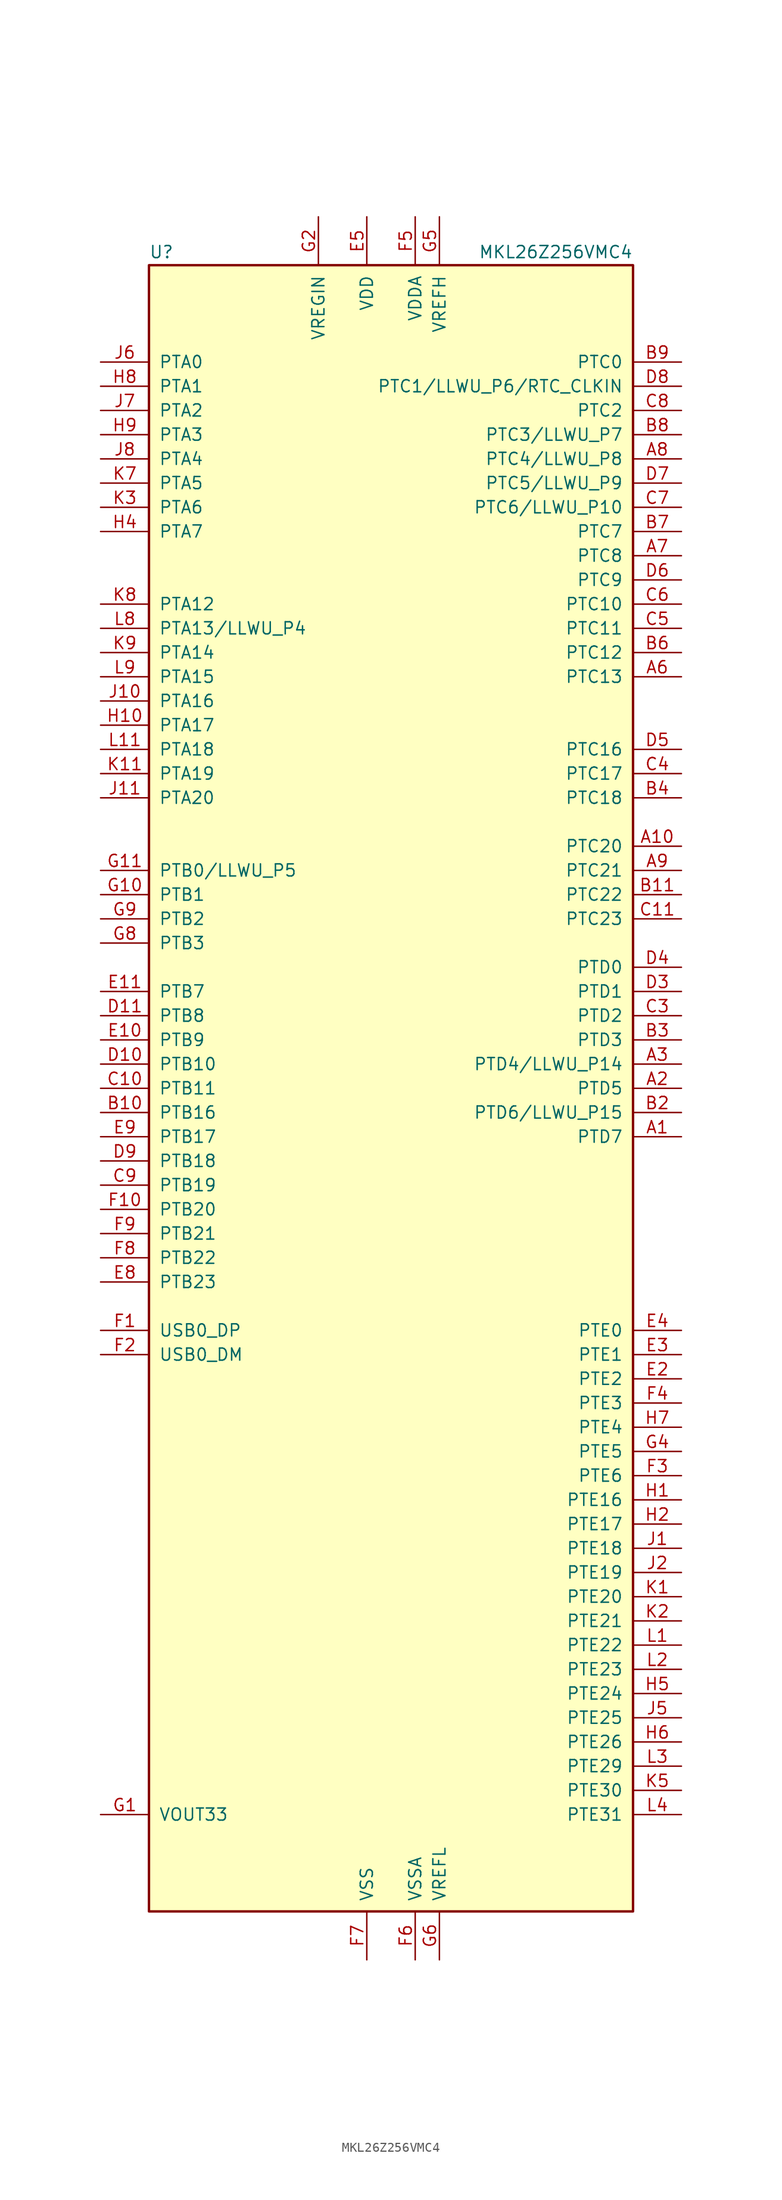
<source format=kicad_sym>
(kicad_symbol_lib
  (version 20200908)
  (generator kicad_symbol_editor)
  (symbol "MCU_NXP_Kinetis:MKL26Z256VMC4"
    (pin_names
      (offset 1.016))
    (property "Reference" "U"
      (at -25.4 86.995 0)
      (effects (font (size 1.27 1.27)) (justify left bottom)))
    (property "Value" "MKL26Z256VMC4"
      (at 25.4 86.995 0)
      (effects (font (size 1.27 1.27)) (justify right bottom)))
    (symbol "MKL26Z256VMC4_0_1"
      (rectangle (start -25.4 86.36) (end 25.4 -86.36) (stroke (width 0.254)) (fill (type background))))
    (symbol "MKL26Z256VMC4_1_1"
      (pin bidirectional line (at 30.48 -5.08 180) (length 5.08) (name "PTD7" (effects (font (size 1.27 1.27)))) (number "A1" (effects (font (size 1.27 1.27)))))
      (pin bidirectional line (at 30.48 25.4 180) (length 5.08) (name "PTC20" (effects (font (size 1.27 1.27)))) (number "A10" (effects (font (size 1.27 1.27)))))
      (pin unconnected line (at -15.24 -86.36 90) (length 5.08) hide (name "NC" (effects (font (size 1.27 1.27)))) (number "A11" (effects (font (size 1.27 1.27)))))
      (pin bidirectional line (at 30.48 0 180) (length 5.08) (name "PTD5" (effects (font (size 1.27 1.27)))) (number "A2" (effects (font (size 1.27 1.27)))))
      (pin bidirectional line (at 30.48 2.54 180) (length 5.08) (name "PTD4/LLWU_P14" (effects (font (size 1.27 1.27)))) (number "A3" (effects (font (size 1.27 1.27)))))
      (pin unconnected line (at 25.4 27.94 180) (length 5.08) hide (name "NC" (effects (font (size 1.27 1.27)))) (number "A4" (effects (font (size 1.27 1.27)))))
      (pin unconnected line (at 25.4 40.64 180) (length 5.08) hide (name "NC" (effects (font (size 1.27 1.27)))) (number "A5" (effects (font (size 1.27 1.27)))))
      (pin bidirectional line (at 30.48 43.18 180) (length 5.08) (name "PTC13" (effects (font (size 1.27 1.27)))) (number "A6" (effects (font (size 1.27 1.27)))))
      (pin bidirectional line (at 30.48 55.88 180) (length 5.08) (name "PTC8" (effects (font (size 1.27 1.27)))) (number "A7" (effects (font (size 1.27 1.27)))))
      (pin bidirectional line (at 30.48 66.04 180) (length 5.08) (name "PTC4/LLWU_P8" (effects (font (size 1.27 1.27)))) (number "A8" (effects (font (size 1.27 1.27)))))
      (pin bidirectional line (at 30.48 22.86 180) (length 5.08) (name "PTC21" (effects (font (size 1.27 1.27)))) (number "A9" (effects (font (size 1.27 1.27)))))
      (pin unconnected line (at 25.4 -7.62 180) (length 5.08) hide (name "NC" (effects (font (size 1.27 1.27)))) (number "B1" (effects (font (size 1.27 1.27)))))
      (pin bidirectional line (at -30.48 -2.54 0) (length 5.08) (name "PTB16" (effects (font (size 1.27 1.27)))) (number "B10" (effects (font (size 1.27 1.27)))))
      (pin bidirectional line (at 30.48 20.32 180) (length 5.08) (name "PTC22" (effects (font (size 1.27 1.27)))) (number "B11" (effects (font (size 1.27 1.27)))))
      (pin bidirectional line (at 30.48 -2.54 180) (length 5.08) (name "PTD6/LLWU_P15" (effects (font (size 1.27 1.27)))) (number "B2" (effects (font (size 1.27 1.27)))))
      (pin bidirectional line (at 30.48 5.08 180) (length 5.08) (name "PTD3" (effects (font (size 1.27 1.27)))) (number "B3" (effects (font (size 1.27 1.27)))))
      (pin bidirectional line (at 30.48 30.48 180) (length 5.08) (name "PTC18" (effects (font (size 1.27 1.27)))) (number "B4" (effects (font (size 1.27 1.27)))))
      (pin unconnected line (at 25.4 38.1 180) (length 5.08) hide (name "NC" (effects (font (size 1.27 1.27)))) (number "B5" (effects (font (size 1.27 1.27)))))
      (pin bidirectional line (at 30.48 45.72 180) (length 5.08) (name "PTC12" (effects (font (size 1.27 1.27)))) (number "B6" (effects (font (size 1.27 1.27)))))
      (pin bidirectional line (at 30.48 58.42 180) (length 5.08) (name "PTC7" (effects (font (size 1.27 1.27)))) (number "B7" (effects (font (size 1.27 1.27)))))
      (pin bidirectional line (at 30.48 68.58 180) (length 5.08) (name "PTC3/LLWU_P7" (effects (font (size 1.27 1.27)))) (number "B8" (effects (font (size 1.27 1.27)))))
      (pin bidirectional line (at 30.48 76.2 180) (length 5.08) (name "PTC0" (effects (font (size 1.27 1.27)))) (number "B9" (effects (font (size 1.27 1.27)))))
      (pin unconnected line (at 25.4 -12.7 180) (length 5.08) hide (name "NC" (effects (font (size 1.27 1.27)))) (number "C1" (effects (font (size 1.27 1.27)))))
      (pin bidirectional line (at -30.48 0 0) (length 5.08) (name "PTB11" (effects (font (size 1.27 1.27)))) (number "C10" (effects (font (size 1.27 1.27)))))
      (pin bidirectional line (at 30.48 17.78 180) (length 5.08) (name "PTC23" (effects (font (size 1.27 1.27)))) (number "C11" (effects (font (size 1.27 1.27)))))
      (pin unconnected line (at 25.4 -10.16 180) (length 5.08) hide (name "NC" (effects (font (size 1.27 1.27)))) (number "C2" (effects (font (size 1.27 1.27)))))
      (pin bidirectional line (at 30.48 7.62 180) (length 5.08) (name "PTD2" (effects (font (size 1.27 1.27)))) (number "C3" (effects (font (size 1.27 1.27)))))
      (pin bidirectional line (at 30.48 33.02 180) (length 5.08) (name "PTC17" (effects (font (size 1.27 1.27)))) (number "C4" (effects (font (size 1.27 1.27)))))
      (pin bidirectional line (at 30.48 48.26 180) (length 5.08) (name "PTC11" (effects (font (size 1.27 1.27)))) (number "C5" (effects (font (size 1.27 1.27)))))
      (pin bidirectional line (at 30.48 50.8 180) (length 5.08) (name "PTC10" (effects (font (size 1.27 1.27)))) (number "C6" (effects (font (size 1.27 1.27)))))
      (pin bidirectional line (at 30.48 60.96 180) (length 5.08) (name "PTC6/LLWU_P10" (effects (font (size 1.27 1.27)))) (number "C7" (effects (font (size 1.27 1.27)))))
      (pin bidirectional line (at 30.48 71.12 180) (length 5.08) (name "PTC2" (effects (font (size 1.27 1.27)))) (number "C8" (effects (font (size 1.27 1.27)))))
      (pin bidirectional line (at -30.48 -10.16 0) (length 5.08) (name "PTB19" (effects (font (size 1.27 1.27)))) (number "C9" (effects (font (size 1.27 1.27)))))
      (pin unconnected line (at 25.4 -17.78 180) (length 5.08) hide (name "NC" (effects (font (size 1.27 1.27)))) (number "D1" (effects (font (size 1.27 1.27)))))
      (pin bidirectional line (at -30.48 2.54 0) (length 5.08) (name "PTB10" (effects (font (size 1.27 1.27)))) (number "D10" (effects (font (size 1.27 1.27)))))
      (pin bidirectional line (at -30.48 7.62 0) (length 5.08) (name "PTB8" (effects (font (size 1.27 1.27)))) (number "D11" (effects (font (size 1.27 1.27)))))
      (pin unconnected line (at 25.4 -15.24 180) (length 5.08) hide (name "NC" (effects (font (size 1.27 1.27)))) (number "D2" (effects (font (size 1.27 1.27)))))
      (pin bidirectional line (at 30.48 10.16 180) (length 5.08) (name "PTD1" (effects (font (size 1.27 1.27)))) (number "D3" (effects (font (size 1.27 1.27)))))
      (pin bidirectional line (at 30.48 12.7 180) (length 5.08) (name "PTD0" (effects (font (size 1.27 1.27)))) (number "D4" (effects (font (size 1.27 1.27)))))
      (pin bidirectional line (at 30.48 35.56 180) (length 5.08) (name "PTC16" (effects (font (size 1.27 1.27)))) (number "D5" (effects (font (size 1.27 1.27)))))
      (pin bidirectional line (at 30.48 53.34 180) (length 5.08) (name "PTC9" (effects (font (size 1.27 1.27)))) (number "D6" (effects (font (size 1.27 1.27)))))
      (pin bidirectional line (at 30.48 63.5 180) (length 5.08) (name "PTC5/LLWU_P9" (effects (font (size 1.27 1.27)))) (number "D7" (effects (font (size 1.27 1.27)))))
      (pin bidirectional line (at 30.48 73.66 180) (length 5.08) (name "PTC1/LLWU_P6/RTC_CLKIN" (effects (font (size 1.27 1.27)))) (number "D8" (effects (font (size 1.27 1.27)))))
      (pin bidirectional line (at -30.48 -7.62 0) (length 5.08) (name "PTB18" (effects (font (size 1.27 1.27)))) (number "D9" (effects (font (size 1.27 1.27)))))
      (pin unconnected line (at 25.4 -20.32 180) (length 5.08) hide (name "NC" (effects (font (size 1.27 1.27)))) (number "E1" (effects (font (size 1.27 1.27)))))
      (pin bidirectional line (at -30.48 5.08 0) (length 5.08) (name "PTB9" (effects (font (size 1.27 1.27)))) (number "E10" (effects (font (size 1.27 1.27)))))
      (pin bidirectional line (at -30.48 10.16 0) (length 5.08) (name "PTB7" (effects (font (size 1.27 1.27)))) (number "E11" (effects (font (size 1.27 1.27)))))
      (pin bidirectional line (at 30.48 -30.48 180) (length 5.08) (name "PTE2" (effects (font (size 1.27 1.27)))) (number "E2" (effects (font (size 1.27 1.27)))))
      (pin bidirectional line (at 30.48 -27.94 180) (length 5.08) (name "PTE1" (effects (font (size 1.27 1.27)))) (number "E3" (effects (font (size 1.27 1.27)))))
      (pin bidirectional line (at 30.48 -25.4 180) (length 5.08) (name "PTE0" (effects (font (size 1.27 1.27)))) (number "E4" (effects (font (size 1.27 1.27)))))
      (pin power_in line (at -2.54 91.44 270) (length 5.08) (name "VDD" (effects (font (size 1.27 1.27)))) (number "E5" (effects (font (size 1.27 1.27)))))
      (pin passive line (at -2.54 91.44 270) (length 5.08) hide (name "VDD" (effects (font (size 1.27 1.27)))) (number "E6" (effects (font (size 1.27 1.27)))))
      (pin passive line (at -2.54 91.44 270) (length 5.08) hide (name "VDD" (effects (font (size 1.27 1.27)))) (number "E7" (effects (font (size 1.27 1.27)))))
      (pin bidirectional line (at -30.48 -20.32 0) (length 5.08) (name "PTB23" (effects (font (size 1.27 1.27)))) (number "E8" (effects (font (size 1.27 1.27)))))
      (pin bidirectional line (at -30.48 -5.08 0) (length 5.08) (name "PTB17" (effects (font (size 1.27 1.27)))) (number "E9" (effects (font (size 1.27 1.27)))))
      (pin bidirectional line (at -30.48 -25.4 0) (length 5.08) (name "USB0_DP" (effects (font (size 1.27 1.27)))) (number "F1" (effects (font (size 1.27 1.27)))))
      (pin bidirectional line (at -30.48 -12.7 0) (length 5.08) (name "PTB20" (effects (font (size 1.27 1.27)))) (number "F10" (effects (font (size 1.27 1.27)))))
      (pin unconnected line (at -25.4 12.7 0) (length 5.08) hide (name "NC" (effects (font (size 1.27 1.27)))) (number "F11" (effects (font (size 1.27 1.27)))))
      (pin bidirectional line (at -30.48 -27.94 0) (length 5.08) (name "USB0_DM" (effects (font (size 1.27 1.27)))) (number "F2" (effects (font (size 1.27 1.27)))))
      (pin bidirectional line (at 30.48 -40.64 180) (length 5.08) (name "PTE6" (effects (font (size 1.27 1.27)))) (number "F3" (effects (font (size 1.27 1.27)))))
      (pin bidirectional line (at 30.48 -33.02 180) (length 5.08) (name "PTE3" (effects (font (size 1.27 1.27)))) (number "F4" (effects (font (size 1.27 1.27)))))
      (pin power_in line (at 2.54 91.44 270) (length 5.08) (name "VDDA" (effects (font (size 1.27 1.27)))) (number "F5" (effects (font (size 1.27 1.27)))))
      (pin power_in line (at 2.54 -91.44 90) (length 5.08) (name "VSSA" (effects (font (size 1.27 1.27)))) (number "F6" (effects (font (size 1.27 1.27)))))
      (pin power_in line (at -2.54 -91.44 90) (length 5.08) (name "VSS" (effects (font (size 1.27 1.27)))) (number "F7" (effects (font (size 1.27 1.27)))))
      (pin bidirectional line (at -30.48 -17.78 0) (length 5.08) (name "PTB22" (effects (font (size 1.27 1.27)))) (number "F8" (effects (font (size 1.27 1.27)))))
      (pin bidirectional line (at -30.48 -15.24 0) (length 5.08) (name "PTB21" (effects (font (size 1.27 1.27)))) (number "F9" (effects (font (size 1.27 1.27)))))
      (pin power_out line (at -30.48 -76.2 0) (length 5.08) (name "VOUT33" (effects (font (size 1.27 1.27)))) (number "G1" (effects (font (size 1.27 1.27)))))
      (pin bidirectional line (at -30.48 20.32 0) (length 5.08) (name "PTB1" (effects (font (size 1.27 1.27)))) (number "G10" (effects (font (size 1.27 1.27)))))
      (pin bidirectional line (at -30.48 22.86 0) (length 5.08) (name "PTB0/LLWU_P5" (effects (font (size 1.27 1.27)))) (number "G11" (effects (font (size 1.27 1.27)))))
      (pin power_in line (at -7.62 91.44 270) (length 5.08) (name "VREGIN" (effects (font (size 1.27 1.27)))) (number "G2" (effects (font (size 1.27 1.27)))))
      (pin passive line (at -2.54 -91.44 90) (length 5.08) hide (name "VSS" (effects (font (size 1.27 1.27)))) (number "G3" (effects (font (size 1.27 1.27)))))
      (pin bidirectional line (at 30.48 -38.1 180) (length 5.08) (name "PTE5" (effects (font (size 1.27 1.27)))) (number "G4" (effects (font (size 1.27 1.27)))))
      (pin power_in line (at 5.08 91.44 270) (length 5.08) (name "VREFH" (effects (font (size 1.27 1.27)))) (number "G5" (effects (font (size 1.27 1.27)))))
      (pin power_in line (at 5.08 -91.44 90) (length 5.08) (name "VREFL" (effects (font (size 1.27 1.27)))) (number "G6" (effects (font (size 1.27 1.27)))))
      (pin passive line (at -2.54 -91.44 90) (length 5.08) hide (name "VSS" (effects (font (size 1.27 1.27)))) (number "G7" (effects (font (size 1.27 1.27)))))
      (pin bidirectional line (at -30.48 15.24 0) (length 5.08) (name "PTB3" (effects (font (size 1.27 1.27)))) (number "G8" (effects (font (size 1.27 1.27)))))
      (pin bidirectional line (at -30.48 17.78 0) (length 5.08) (name "PTB2" (effects (font (size 1.27 1.27)))) (number "G9" (effects (font (size 1.27 1.27)))))
      (pin bidirectional line (at 30.48 -43.18 180) (length 5.08) (name "PTE16" (effects (font (size 1.27 1.27)))) (number "H1" (effects (font (size 1.27 1.27)))))
      (pin bidirectional line (at -30.48 38.1 0) (length 5.08) (name "PTA17" (effects (font (size 1.27 1.27)))) (number "H10" (effects (font (size 1.27 1.27)))))
      (pin unconnected line (at -25.4 27.94 0) (length 5.08) hide (name "NC" (effects (font (size 1.27 1.27)))) (number "H11" (effects (font (size 1.27 1.27)))))
      (pin bidirectional line (at 30.48 -45.72 180) (length 5.08) (name "PTE17" (effects (font (size 1.27 1.27)))) (number "H2" (effects (font (size 1.27 1.27)))))
      (pin unconnected line (at -25.4 -63.5 0) (length 5.08) hide (name "NC" (effects (font (size 1.27 1.27)))) (number "H3" (effects (font (size 1.27 1.27)))))
      (pin bidirectional line (at -30.48 58.42 0) (length 5.08) (name "PTA7" (effects (font (size 1.27 1.27)))) (number "H4" (effects (font (size 1.27 1.27)))))
      (pin bidirectional line (at 30.48 -63.5 180) (length 5.08) (name "PTE24" (effects (font (size 1.27 1.27)))) (number "H5" (effects (font (size 1.27 1.27)))))
      (pin bidirectional line (at 30.48 -68.58 180) (length 5.08) (name "PTE26" (effects (font (size 1.27 1.27)))) (number "H6" (effects (font (size 1.27 1.27)))))
      (pin bidirectional line (at 30.48 -35.56 180) (length 5.08) (name "PTE4" (effects (font (size 1.27 1.27)))) (number "H7" (effects (font (size 1.27 1.27)))))
      (pin bidirectional line (at -30.48 73.66 0) (length 5.08) (name "PTA1" (effects (font (size 1.27 1.27)))) (number "H8" (effects (font (size 1.27 1.27)))))
      (pin bidirectional line (at -30.48 68.58 0) (length 5.08) (name "PTA3" (effects (font (size 1.27 1.27)))) (number "H9" (effects (font (size 1.27 1.27)))))
      (pin bidirectional line (at 30.48 -48.26 180) (length 5.08) (name "PTE18" (effects (font (size 1.27 1.27)))) (number "J1" (effects (font (size 1.27 1.27)))))
      (pin bidirectional line (at -30.48 40.64 0) (length 5.08) (name "PTA16" (effects (font (size 1.27 1.27)))) (number "J10" (effects (font (size 1.27 1.27)))))
      (pin bidirectional line (at -30.48 30.48 0) (length 5.08) (name "PTA20" (effects (font (size 1.27 1.27)))) (number "J11" (effects (font (size 1.27 1.27)))))
      (pin bidirectional line (at 30.48 -50.8 180) (length 5.08) (name "PTE19" (effects (font (size 1.27 1.27)))) (number "J2" (effects (font (size 1.27 1.27)))))
      (pin unconnected line (at -25.4 -66.04 0) (length 5.08) hide (name "NC" (effects (font (size 1.27 1.27)))) (number "J3" (effects (font (size 1.27 1.27)))))
      (pin unconnected line (at -25.4 53.34 0) (length 5.08) hide (name "NC" (effects (font (size 1.27 1.27)))) (number "J4" (effects (font (size 1.27 1.27)))))
      (pin bidirectional line (at 30.48 -66.04 180) (length 5.08) (name "PTE25" (effects (font (size 1.27 1.27)))) (number "J5" (effects (font (size 1.27 1.27)))))
      (pin bidirectional line (at -30.48 76.2 0) (length 5.08) (name "PTA0" (effects (font (size 1.27 1.27)))) (number "J6" (effects (font (size 1.27 1.27)))))
      (pin bidirectional line (at -30.48 71.12 0) (length 5.08) (name "PTA2" (effects (font (size 1.27 1.27)))) (number "J7" (effects (font (size 1.27 1.27)))))
      (pin bidirectional line (at -30.48 66.04 0) (length 5.08) (name "PTA4" (effects (font (size 1.27 1.27)))) (number "J8" (effects (font (size 1.27 1.27)))))
      (pin unconnected line (at -25.4 55.88 0) (length 5.08) hide (name "NC" (effects (font (size 1.27 1.27)))) (number "J9" (effects (font (size 1.27 1.27)))))
      (pin bidirectional line (at 30.48 -53.34 180) (length 5.08) (name "PTE20" (effects (font (size 1.27 1.27)))) (number "K1" (effects (font (size 1.27 1.27)))))
      (pin passive line (at -2.54 -91.44 90) (length 5.08) hide (name "VSS" (effects (font (size 1.27 1.27)))) (number "K10" (effects (font (size 1.27 1.27)))))
      (pin bidirectional line (at -30.48 33.02 0) (length 5.08) (name "PTA19" (effects (font (size 1.27 1.27)))) (number "K11" (effects (font (size 1.27 1.27)))))
      (pin bidirectional line (at 30.48 -55.88 180) (length 5.08) (name "PTE21" (effects (font (size 1.27 1.27)))) (number "K2" (effects (font (size 1.27 1.27)))))
      (pin bidirectional line (at -30.48 60.96 0) (length 5.08) (name "PTA6" (effects (font (size 1.27 1.27)))) (number "K3" (effects (font (size 1.27 1.27)))))
      (pin unconnected line (at -25.4 -68.58 0) (length 5.08) hide (name "NC" (effects (font (size 1.27 1.27)))) (number "K4" (effects (font (size 1.27 1.27)))))
      (pin bidirectional line (at 30.48 -73.66 180) (length 5.08) (name "PTE30" (effects (font (size 1.27 1.27)))) (number "K5" (effects (font (size 1.27 1.27)))))
      (pin passive line (at -2.54 91.44 270) (length 5.08) hide (name "VDD" (effects (font (size 1.27 1.27)))) (number "K6" (effects (font (size 1.27 1.27)))))
      (pin bidirectional line (at -30.48 63.5 0) (length 5.08) (name "PTA5" (effects (font (size 1.27 1.27)))) (number "K7" (effects (font (size 1.27 1.27)))))
      (pin bidirectional line (at -30.48 50.8 0) (length 5.08) (name "PTA12" (effects (font (size 1.27 1.27)))) (number "K8" (effects (font (size 1.27 1.27)))))
      (pin bidirectional line (at -30.48 45.72 0) (length 5.08) (name "PTA14" (effects (font (size 1.27 1.27)))) (number "K9" (effects (font (size 1.27 1.27)))))
      (pin bidirectional line (at 30.48 -58.42 180) (length 5.08) (name "PTE22" (effects (font (size 1.27 1.27)))) (number "L1" (effects (font (size 1.27 1.27)))))
      (pin passive line (at -2.54 91.44 270) (length 5.08) hide (name "VDD" (effects (font (size 1.27 1.27)))) (number "L10" (effects (font (size 1.27 1.27)))))
      (pin bidirectional line (at -30.48 35.56 0) (length 5.08) (name "PTA18" (effects (font (size 1.27 1.27)))) (number "L11" (effects (font (size 1.27 1.27)))))
      (pin bidirectional line (at 30.48 -60.96 180) (length 5.08) (name "PTE23" (effects (font (size 1.27 1.27)))) (number "L2" (effects (font (size 1.27 1.27)))))
      (pin bidirectional line (at 30.48 -71.12 180) (length 5.08) (name "PTE29" (effects (font (size 1.27 1.27)))) (number "L3" (effects (font (size 1.27 1.27)))))
      (pin bidirectional line (at 30.48 -76.2 180) (length 5.08) (name "PTE31" (effects (font (size 1.27 1.27)))) (number "L4" (effects (font (size 1.27 1.27)))))
      (pin passive line (at -2.54 -91.44 90) (length 5.08) hide (name "VSS" (effects (font (size 1.27 1.27)))) (number "L5" (effects (font (size 1.27 1.27)))))
      (pin passive line (at -2.54 -91.44 90) (length 5.08) hide (name "VSS" (effects (font (size 1.27 1.27)))) (number "L6" (effects (font (size 1.27 1.27)))))
      (pin unconnected line (at -25.4 -71.12 0) (length 5.08) hide (name "NC" (effects (font (size 1.27 1.27)))) (number "L7" (effects (font (size 1.27 1.27)))))
      (pin bidirectional line (at -30.48 48.26 0) (length 5.08) (name "PTA13/LLWU_P4" (effects (font (size 1.27 1.27)))) (number "L8" (effects (font (size 1.27 1.27)))))
      (pin bidirectional line (at -30.48 43.18 0) (length 5.08) (name "PTA15" (effects (font (size 1.27 1.27)))) (number "L9" (effects (font (size 1.27 1.27))))))))
</source>
